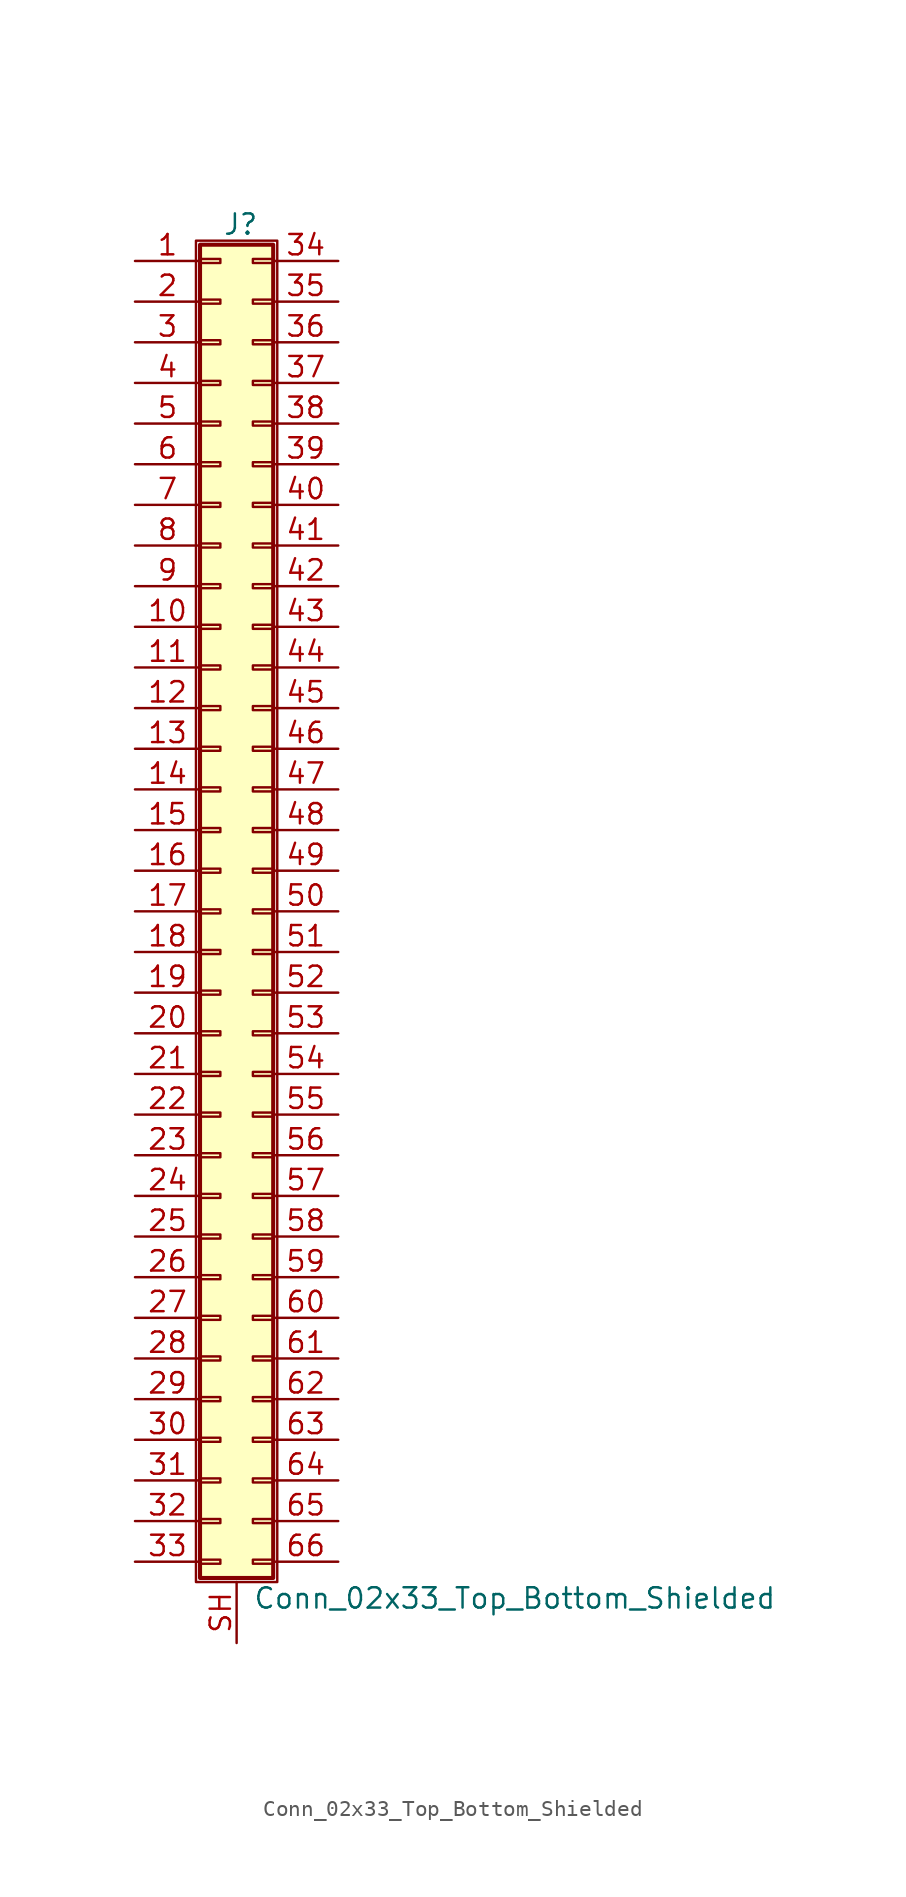
<source format=kicad_sym>
(kicad_symbol_lib
  (version 20201005)
  (generator kicad_symbol_editor)
  (symbol "Conn_02x33_Top_Bottom_Shielded"
    (pin_names
      (offset 1.016) hide)
    (property "Reference" "J"
      (at 1.524 42.926 0)
      (effects (font (size 1.27 1.27))))
    (property "Value" "Conn_02x33_Top_Bottom_Shielded"
      (at 2.286 -42.926 0)
      (effects (font (size 1.27 1.27)) (justify left)))
    (symbol "Conn_02x33_Top_Bottom_Shielded_1_1"
      (rectangle (start -1.27 41.91) (end 3.81 -41.91) (stroke (width 0.152)) (fill (type none)))
      (rectangle (start -1.016 -40.513) (end 0.254 -40.767) (stroke (width 0.152)) (fill (type none)))
      (rectangle (start -1.016 -37.973) (end 0.254 -38.227) (stroke (width 0.152)) (fill (type none)))
      (rectangle (start -1.016 -35.433) (end 0.254 -35.687) (stroke (width 0.152)) (fill (type none)))
      (rectangle (start -1.016 -32.893) (end 0.254 -33.147) (stroke (width 0.152)) (fill (type none)))
      (rectangle (start -1.016 -30.353) (end 0.254 -30.607) (stroke (width 0.152)) (fill (type none)))
      (rectangle (start -1.016 -27.813) (end 0.254 -28.067) (stroke (width 0.152)) (fill (type none)))
      (rectangle (start -1.016 -25.273) (end 0.254 -25.527) (stroke (width 0.152)) (fill (type none)))
      (rectangle (start -1.016 -22.733) (end 0.254 -22.987) (stroke (width 0.152)) (fill (type none)))
      (rectangle (start -1.016 -20.193) (end 0.254 -20.447) (stroke (width 0.152)) (fill (type none)))
      (rectangle (start -1.016 -17.653) (end 0.254 -17.907) (stroke (width 0.152)) (fill (type none)))
      (rectangle (start -1.016 -15.113) (end 0.254 -15.367) (stroke (width 0.152)) (fill (type none)))
      (rectangle (start -1.016 -12.573) (end 0.254 -12.827) (stroke (width 0.152)) (fill (type none)))
      (rectangle (start -1.016 -10.033) (end 0.254 -10.287) (stroke (width 0.152)) (fill (type none)))
      (rectangle (start -1.016 -7.493) (end 0.254 -7.747) (stroke (width 0.152)) (fill (type none)))
      (rectangle (start -1.016 -4.953) (end 0.254 -5.207) (stroke (width 0.152)) (fill (type none)))
      (rectangle (start -1.016 -2.413) (end 0.254 -2.667) (stroke (width 0.152)) (fill (type none)))
      (rectangle (start -1.016 0.127) (end 0.254 -0.127) (stroke (width 0.152)) (fill (type none)))
      (rectangle (start -1.016 2.667) (end 0.254 2.413) (stroke (width 0.152)) (fill (type none)))
      (rectangle (start -1.016 5.207) (end 0.254 4.953) (stroke (width 0.152)) (fill (type none)))
      (rectangle (start -1.016 7.747) (end 0.254 7.493) (stroke (width 0.152)) (fill (type none)))
      (rectangle (start -1.016 10.287) (end 0.254 10.033) (stroke (width 0.152)) (fill (type none)))
      (rectangle (start -1.016 12.827) (end 0.254 12.573) (stroke (width 0.152)) (fill (type none)))
      (rectangle (start -1.016 15.367) (end 0.254 15.113) (stroke (width 0.152)) (fill (type none)))
      (rectangle (start -1.016 17.907) (end 0.254 17.653) (stroke (width 0.152)) (fill (type none)))
      (rectangle (start -1.016 20.447) (end 0.254 20.193) (stroke (width 0.152)) (fill (type none)))
      (rectangle (start -1.016 22.987) (end 0.254 22.733) (stroke (width 0.152)) (fill (type none)))
      (rectangle (start -1.016 25.527) (end 0.254 25.273) (stroke (width 0.152)) (fill (type none)))
      (rectangle (start -1.016 28.067) (end 0.254 27.813) (stroke (width 0.152)) (fill (type none)))
      (rectangle (start -1.016 30.607) (end 0.254 30.353) (stroke (width 0.152)) (fill (type none)))
      (rectangle (start -1.016 33.147) (end 0.254 32.893) (stroke (width 0.152)) (fill (type none)))
      (rectangle (start -1.016 35.687) (end 0.254 35.433) (stroke (width 0.152)) (fill (type none)))
      (rectangle (start -1.016 38.227) (end 0.254 37.973) (stroke (width 0.152)) (fill (type none)))
      (rectangle (start -1.016 40.767) (end 0.254 40.513) (stroke (width 0.152)) (fill (type none)))
      (rectangle (start -1.016 41.656) (end 3.556 -41.656) (stroke (width 0.254)) (fill (type background)))
      (rectangle (start 3.556 -40.513) (end 2.286 -40.767) (stroke (width 0.152)) (fill (type none)))
      (rectangle (start 3.556 -37.973) (end 2.286 -38.227) (stroke (width 0.152)) (fill (type none)))
      (rectangle (start 3.556 -35.433) (end 2.286 -35.687) (stroke (width 0.152)) (fill (type none)))
      (rectangle (start 3.556 -32.893) (end 2.286 -33.147) (stroke (width 0.152)) (fill (type none)))
      (rectangle (start 3.556 -30.353) (end 2.286 -30.607) (stroke (width 0.152)) (fill (type none)))
      (rectangle (start 3.556 -27.813) (end 2.286 -28.067) (stroke (width 0.152)) (fill (type none)))
      (rectangle (start 3.556 -25.273) (end 2.286 -25.527) (stroke (width 0.152)) (fill (type none)))
      (rectangle (start 3.556 -22.733) (end 2.286 -22.987) (stroke (width 0.152)) (fill (type none)))
      (rectangle (start 3.556 -20.193) (end 2.286 -20.447) (stroke (width 0.152)) (fill (type none)))
      (rectangle (start 3.556 -17.653) (end 2.286 -17.907) (stroke (width 0.152)) (fill (type none)))
      (rectangle (start 3.556 -15.113) (end 2.286 -15.367) (stroke (width 0.152)) (fill (type none)))
      (rectangle (start 3.556 -12.573) (end 2.286 -12.827) (stroke (width 0.152)) (fill (type none)))
      (rectangle (start 3.556 -10.033) (end 2.286 -10.287) (stroke (width 0.152)) (fill (type none)))
      (rectangle (start 3.556 -7.493) (end 2.286 -7.747) (stroke (width 0.152)) (fill (type none)))
      (rectangle (start 3.556 -4.953) (end 2.286 -5.207) (stroke (width 0.152)) (fill (type none)))
      (rectangle (start 3.556 -2.413) (end 2.286 -2.667) (stroke (width 0.152)) (fill (type none)))
      (rectangle (start 3.556 0.127) (end 2.286 -0.127) (stroke (width 0.152)) (fill (type none)))
      (rectangle (start 3.556 2.667) (end 2.286 2.413) (stroke (width 0.152)) (fill (type none)))
      (rectangle (start 3.556 5.207) (end 2.286 4.953) (stroke (width 0.152)) (fill (type none)))
      (rectangle (start 3.556 7.747) (end 2.286 7.493) (stroke (width 0.152)) (fill (type none)))
      (rectangle (start 3.556 10.287) (end 2.286 10.033) (stroke (width 0.152)) (fill (type none)))
      (rectangle (start 3.556 12.827) (end 2.286 12.573) (stroke (width 0.152)) (fill (type none)))
      (rectangle (start 3.556 15.367) (end 2.286 15.113) (stroke (width 0.152)) (fill (type none)))
      (rectangle (start 3.556 17.907) (end 2.286 17.653) (stroke (width 0.152)) (fill (type none)))
      (rectangle (start 3.556 20.447) (end 2.286 20.193) (stroke (width 0.152)) (fill (type none)))
      (rectangle (start 3.556 22.987) (end 2.286 22.733) (stroke (width 0.152)) (fill (type none)))
      (rectangle (start 3.556 25.527) (end 2.286 25.273) (stroke (width 0.152)) (fill (type none)))
      (rectangle (start 3.556 28.067) (end 2.286 27.813) (stroke (width 0.152)) (fill (type none)))
      (rectangle (start 3.556 30.607) (end 2.286 30.353) (stroke (width 0.152)) (fill (type none)))
      (rectangle (start 3.556 33.147) (end 2.286 32.893) (stroke (width 0.152)) (fill (type none)))
      (rectangle (start 3.556 35.687) (end 2.286 35.433) (stroke (width 0.152)) (fill (type none)))
      (rectangle (start 3.556 38.227) (end 2.286 37.973) (stroke (width 0.152)) (fill (type none)))
      (rectangle (start 3.556 40.767) (end 2.286 40.513) (stroke (width 0.152)) (fill (type none)))
      (pin passive line (at -5.08 40.64 0) (length 4.064) (name "Pin_1" (effects (font (size 1.27 1.27)))) (number "1" (effects (font (size 1.27 1.27)))))
      (pin passive line (at -5.08 17.78 0) (length 4.064) (name "Pin_10" (effects (font (size 1.27 1.27)))) (number "10" (effects (font (size 1.27 1.27)))))
      (pin passive line (at -5.08 15.24 0) (length 4.064) (name "Pin_11" (effects (font (size 1.27 1.27)))) (number "11" (effects (font (size 1.27 1.27)))))
      (pin passive line (at -5.08 12.7 0) (length 4.064) (name "Pin_12" (effects (font (size 1.27 1.27)))) (number "12" (effects (font (size 1.27 1.27)))))
      (pin passive line (at -5.08 10.16 0) (length 4.064) (name "Pin_13" (effects (font (size 1.27 1.27)))) (number "13" (effects (font (size 1.27 1.27)))))
      (pin passive line (at -5.08 7.62 0) (length 4.064) (name "Pin_14" (effects (font (size 1.27 1.27)))) (number "14" (effects (font (size 1.27 1.27)))))
      (pin passive line (at -5.08 5.08 0) (length 4.064) (name "Pin_15" (effects (font (size 1.27 1.27)))) (number "15" (effects (font (size 1.27 1.27)))))
      (pin passive line (at -5.08 2.54 0) (length 4.064) (name "Pin_16" (effects (font (size 1.27 1.27)))) (number "16" (effects (font (size 1.27 1.27)))))
      (pin passive line (at -5.08 0 0) (length 4.064) (name "Pin_17" (effects (font (size 1.27 1.27)))) (number "17" (effects (font (size 1.27 1.27)))))
      (pin passive line (at -5.08 -2.54 0) (length 4.064) (name "Pin_18" (effects (font (size 1.27 1.27)))) (number "18" (effects (font (size 1.27 1.27)))))
      (pin passive line (at -5.08 -5.08 0) (length 4.064) (name "Pin_19" (effects (font (size 1.27 1.27)))) (number "19" (effects (font (size 1.27 1.27)))))
      (pin passive line (at -5.08 38.1 0) (length 4.064) (name "Pin_2" (effects (font (size 1.27 1.27)))) (number "2" (effects (font (size 1.27 1.27)))))
      (pin passive line (at -5.08 -7.62 0) (length 4.064) (name "Pin_20" (effects (font (size 1.27 1.27)))) (number "20" (effects (font (size 1.27 1.27)))))
      (pin passive line (at -5.08 -10.16 0) (length 4.064) (name "Pin_21" (effects (font (size 1.27 1.27)))) (number "21" (effects (font (size 1.27 1.27)))))
      (pin passive line (at -5.08 -12.7 0) (length 4.064) (name "Pin_22" (effects (font (size 1.27 1.27)))) (number "22" (effects (font (size 1.27 1.27)))))
      (pin passive line (at -5.08 -15.24 0) (length 4.064) (name "Pin_23" (effects (font (size 1.27 1.27)))) (number "23" (effects (font (size 1.27 1.27)))))
      (pin passive line (at -5.08 -17.78 0) (length 4.064) (name "Pin_24" (effects (font (size 1.27 1.27)))) (number "24" (effects (font (size 1.27 1.27)))))
      (pin passive line (at -5.08 -20.32 0) (length 4.064) (name "Pin_25" (effects (font (size 1.27 1.27)))) (number "25" (effects (font (size 1.27 1.27)))))
      (pin passive line (at -5.08 -22.86 0) (length 4.064) (name "Pin_26" (effects (font (size 1.27 1.27)))) (number "26" (effects (font (size 1.27 1.27)))))
      (pin passive line (at -5.08 -25.4 0) (length 4.064) (name "Pin_27" (effects (font (size 1.27 1.27)))) (number "27" (effects (font (size 1.27 1.27)))))
      (pin passive line (at -5.08 -27.94 0) (length 4.064) (name "Pin_28" (effects (font (size 1.27 1.27)))) (number "28" (effects (font (size 1.27 1.27)))))
      (pin passive line (at -5.08 -30.48 0) (length 4.064) (name "Pin_29" (effects (font (size 1.27 1.27)))) (number "29" (effects (font (size 1.27 1.27)))))
      (pin passive line (at -5.08 35.56 0) (length 4.064) (name "Pin_3" (effects (font (size 1.27 1.27)))) (number "3" (effects (font (size 1.27 1.27)))))
      (pin passive line (at -5.08 -33.02 0) (length 4.064) (name "Pin_30" (effects (font (size 1.27 1.27)))) (number "30" (effects (font (size 1.27 1.27)))))
      (pin passive line (at -5.08 -35.56 0) (length 4.064) (name "Pin_31" (effects (font (size 1.27 1.27)))) (number "31" (effects (font (size 1.27 1.27)))))
      (pin passive line (at -5.08 -38.1 0) (length 4.064) (name "Pin_32" (effects (font (size 1.27 1.27)))) (number "32" (effects (font (size 1.27 1.27)))))
      (pin passive line (at -5.08 -40.64 0) (length 4.064) (name "Pin_33" (effects (font (size 1.27 1.27)))) (number "33" (effects (font (size 1.27 1.27)))))
      (pin passive line (at 7.62 40.64 180) (length 4.064) (name "Pin_34" (effects (font (size 1.27 1.27)))) (number "34" (effects (font (size 1.27 1.27)))))
      (pin passive line (at 7.62 38.1 180) (length 4.064) (name "Pin_35" (effects (font (size 1.27 1.27)))) (number "35" (effects (font (size 1.27 1.27)))))
      (pin passive line (at 7.62 35.56 180) (length 4.064) (name "Pin_36" (effects (font (size 1.27 1.27)))) (number "36" (effects (font (size 1.27 1.27)))))
      (pin passive line (at 7.62 33.02 180) (length 4.064) (name "Pin_37" (effects (font (size 1.27 1.27)))) (number "37" (effects (font (size 1.27 1.27)))))
      (pin passive line (at 7.62 30.48 180) (length 4.064) (name "Pin_38" (effects (font (size 1.27 1.27)))) (number "38" (effects (font (size 1.27 1.27)))))
      (pin passive line (at 7.62 27.94 180) (length 4.064) (name "Pin_39" (effects (font (size 1.27 1.27)))) (number "39" (effects (font (size 1.27 1.27)))))
      (pin passive line (at -5.08 33.02 0) (length 4.064) (name "Pin_4" (effects (font (size 1.27 1.27)))) (number "4" (effects (font (size 1.27 1.27)))))
      (pin passive line (at 7.62 25.4 180) (length 4.064) (name "Pin_40" (effects (font (size 1.27 1.27)))) (number "40" (effects (font (size 1.27 1.27)))))
      (pin passive line (at 7.62 22.86 180) (length 4.064) (name "Pin_41" (effects (font (size 1.27 1.27)))) (number "41" (effects (font (size 1.27 1.27)))))
      (pin passive line (at 7.62 20.32 180) (length 4.064) (name "Pin_42" (effects (font (size 1.27 1.27)))) (number "42" (effects (font (size 1.27 1.27)))))
      (pin passive line (at 7.62 17.78 180) (length 4.064) (name "Pin_43" (effects (font (size 1.27 1.27)))) (number "43" (effects (font (size 1.27 1.27)))))
      (pin passive line (at 7.62 15.24 180) (length 4.064) (name "Pin_44" (effects (font (size 1.27 1.27)))) (number "44" (effects (font (size 1.27 1.27)))))
      (pin passive line (at 7.62 12.7 180) (length 4.064) (name "Pin_45" (effects (font (size 1.27 1.27)))) (number "45" (effects (font (size 1.27 1.27)))))
      (pin passive line (at 7.62 10.16 180) (length 4.064) (name "Pin_46" (effects (font (size 1.27 1.27)))) (number "46" (effects (font (size 1.27 1.27)))))
      (pin passive line (at 7.62 7.62 180) (length 4.064) (name "Pin_47" (effects (font (size 1.27 1.27)))) (number "47" (effects (font (size 1.27 1.27)))))
      (pin passive line (at 7.62 5.08 180) (length 4.064) (name "Pin_48" (effects (font (size 1.27 1.27)))) (number "48" (effects (font (size 1.27 1.27)))))
      (pin passive line (at 7.62 2.54 180) (length 4.064) (name "Pin_49" (effects (font (size 1.27 1.27)))) (number "49" (effects (font (size 1.27 1.27)))))
      (pin passive line (at -5.08 30.48 0) (length 4.064) (name "Pin_5" (effects (font (size 1.27 1.27)))) (number "5" (effects (font (size 1.27 1.27)))))
      (pin passive line (at 7.62 0 180) (length 4.064) (name "Pin_50" (effects (font (size 1.27 1.27)))) (number "50" (effects (font (size 1.27 1.27)))))
      (pin passive line (at 7.62 -2.54 180) (length 4.064) (name "Pin_51" (effects (font (size 1.27 1.27)))) (number "51" (effects (font (size 1.27 1.27)))))
      (pin passive line (at 7.62 -5.08 180) (length 4.064) (name "Pin_52" (effects (font (size 1.27 1.27)))) (number "52" (effects (font (size 1.27 1.27)))))
      (pin passive line (at 7.62 -7.62 180) (length 4.064) (name "Pin_53" (effects (font (size 1.27 1.27)))) (number "53" (effects (font (size 1.27 1.27)))))
      (pin passive line (at 7.62 -10.16 180) (length 4.064) (name "Pin_54" (effects (font (size 1.27 1.27)))) (number "54" (effects (font (size 1.27 1.27)))))
      (pin passive line (at 7.62 -12.7 180) (length 4.064) (name "Pin_55" (effects (font (size 1.27 1.27)))) (number "55" (effects (font (size 1.27 1.27)))))
      (pin passive line (at 7.62 -15.24 180) (length 4.064) (name "Pin_56" (effects (font (size 1.27 1.27)))) (number "56" (effects (font (size 1.27 1.27)))))
      (pin passive line (at 7.62 -17.78 180) (length 4.064) (name "Pin_57" (effects (font (size 1.27 1.27)))) (number "57" (effects (font (size 1.27 1.27)))))
      (pin passive line (at 7.62 -20.32 180) (length 4.064) (name "Pin_58" (effects (font (size 1.27 1.27)))) (number "58" (effects (font (size 1.27 1.27)))))
      (pin passive line (at 7.62 -22.86 180) (length 4.064) (name "Pin_59" (effects (font (size 1.27 1.27)))) (number "59" (effects (font (size 1.27 1.27)))))
      (pin passive line (at -5.08 27.94 0) (length 4.064) (name "Pin_6" (effects (font (size 1.27 1.27)))) (number "6" (effects (font (size 1.27 1.27)))))
      (pin passive line (at 7.62 -25.4 180) (length 4.064) (name "Pin_60" (effects (font (size 1.27 1.27)))) (number "60" (effects (font (size 1.27 1.27)))))
      (pin passive line (at 7.62 -27.94 180) (length 4.064) (name "Pin_61" (effects (font (size 1.27 1.27)))) (number "61" (effects (font (size 1.27 1.27)))))
      (pin passive line (at 7.62 -30.48 180) (length 4.064) (name "Pin_62" (effects (font (size 1.27 1.27)))) (number "62" (effects (font (size 1.27 1.27)))))
      (pin passive line (at 7.62 -33.02 180) (length 4.064) (name "Pin_63" (effects (font (size 1.27 1.27)))) (number "63" (effects (font (size 1.27 1.27)))))
      (pin passive line (at 7.62 -35.56 180) (length 4.064) (name "Pin_64" (effects (font (size 1.27 1.27)))) (number "64" (effects (font (size 1.27 1.27)))))
      (pin passive line (at 7.62 -38.1 180) (length 4.064) (name "Pin_65" (effects (font (size 1.27 1.27)))) (number "65" (effects (font (size 1.27 1.27)))))
      (pin passive line (at 7.62 -40.64 180) (length 4.064) (name "Pin_66" (effects (font (size 1.27 1.27)))) (number "66" (effects (font (size 1.27 1.27)))))
      (pin passive line (at -5.08 25.4 0) (length 4.064) (name "Pin_7" (effects (font (size 1.27 1.27)))) (number "7" (effects (font (size 1.27 1.27)))))
      (pin passive line (at -5.08 22.86 0) (length 4.064) (name "Pin_8" (effects (font (size 1.27 1.27)))) (number "8" (effects (font (size 1.27 1.27)))))
      (pin passive line (at -5.08 20.32 0) (length 4.064) (name "Pin_9" (effects (font (size 1.27 1.27)))) (number "9" (effects (font (size 1.27 1.27)))))
      (pin passive line (at 1.27 -45.72 90) (length 3.81) (name "Shield" (effects (font (size 1.27 1.27)))) (number "SH" (effects (font (size 1.27 1.27))))))))
</source>
